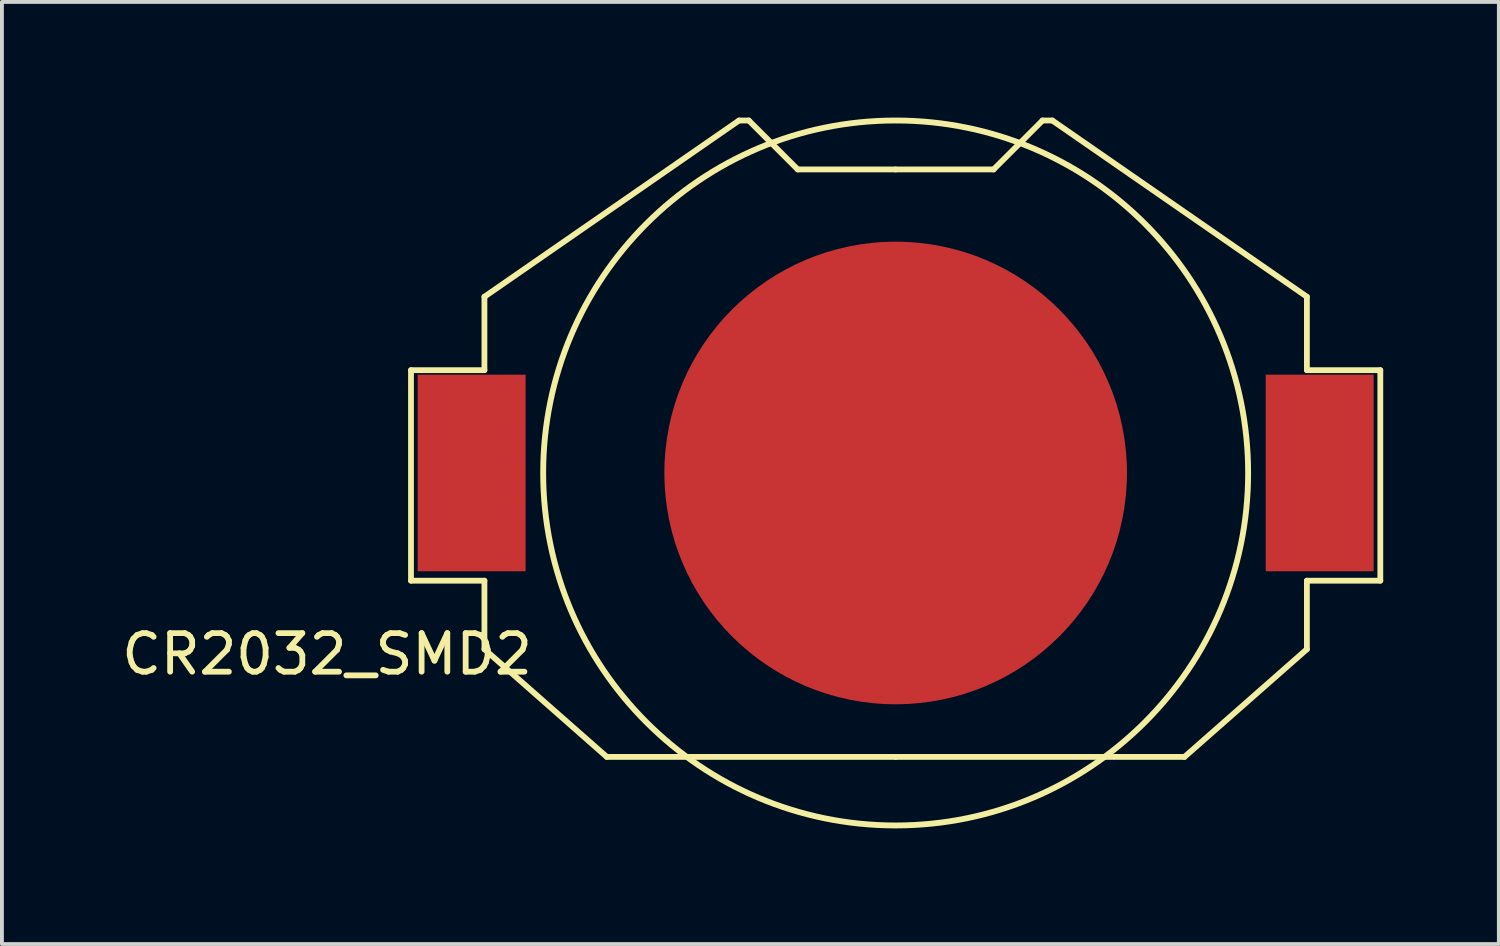
<source format=kicad_pcb>
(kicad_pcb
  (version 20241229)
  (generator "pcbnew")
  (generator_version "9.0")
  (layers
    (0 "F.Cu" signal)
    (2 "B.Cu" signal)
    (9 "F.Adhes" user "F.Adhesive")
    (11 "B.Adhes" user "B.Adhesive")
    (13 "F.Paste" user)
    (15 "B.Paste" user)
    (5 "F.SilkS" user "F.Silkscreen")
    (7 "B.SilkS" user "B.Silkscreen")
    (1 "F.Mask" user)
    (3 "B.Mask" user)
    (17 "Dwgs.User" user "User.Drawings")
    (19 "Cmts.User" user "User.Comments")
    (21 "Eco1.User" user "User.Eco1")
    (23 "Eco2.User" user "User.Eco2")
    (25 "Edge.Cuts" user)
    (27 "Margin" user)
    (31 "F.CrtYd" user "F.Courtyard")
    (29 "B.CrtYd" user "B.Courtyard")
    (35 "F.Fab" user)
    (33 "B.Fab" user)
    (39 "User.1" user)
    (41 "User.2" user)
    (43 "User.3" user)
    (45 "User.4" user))
  (footprint "CR2032_SMD2"
    (layer "F.Cu")
    (at 20.185 9.22)
    (property "Reference" "CR2032_SMD2" (at -14.75 4.7 0) (layer "F.SilkS") (effects (font (size 1 1) (thickness 0.15))))
    (attr smd)
    (fp_line (start -12.573 -2.667) (end -10.668 -2.667) (stroke (width 0.15) (type solid)) (layer "F.SilkS"))
    (fp_line (start -12.573 2.794) (end -12.573 -2.667) (stroke (width 0.15) (type solid)) (layer "F.SilkS"))
    (fp_line (start -10.668 -2.667) (end -10.668 -4.572) (stroke (width 0.15) (type solid)) (layer "F.SilkS"))
    (fp_line (start -10.668 2.794) (end -12.573 2.794) (stroke (width 0.15) (type solid)) (layer "F.SilkS"))
    (fp_line (start -10.668 4.572) (end -10.668 2.794) (stroke (width 0.15) (type solid)) (layer "F.SilkS"))
    (fp_line (start -7.493 7.366) (end -10.668 4.572) (stroke (width 0.15) (type solid)) (layer "F.SilkS"))
    (fp_line (start -4.064 -9.144) (end -10.668 -4.572) (stroke (width 0.15) (type solid)) (layer "F.SilkS"))
    (fp_line (start -3.81 -9.144) (end -4.064 -9.144) (stroke (width 0.15) (type solid)) (layer "F.SilkS"))
    (fp_line (start -3.81 -9.144) (end -2.54 -7.874) (stroke (width 0.15) (type solid)) (layer "F.SilkS"))
    (fp_line (start -2.54 -7.874) (end 0 -7.874) (stroke (width 0.15) (type solid)) (layer "F.SilkS"))
    (fp_line (start 0 -7.874) (end 2.54 -7.874) (stroke (width 0.15) (type solid)) (layer "F.SilkS"))
    (fp_line (start 0 7.366) (end -7.493 7.366) (stroke (width 0.15) (type solid)) (layer "F.SilkS"))
    (fp_line (start 0 7.366) (end 7.493 7.366) (stroke (width 0.15) (type solid)) (layer "F.SilkS"))
    (fp_line (start 2.54 -7.874) (end 3.81 -9.144) (stroke (width 0.15) (type solid)) (layer "F.SilkS"))
    (fp_line (start 3.81 -9.144) (end 4.064 -9.144) (stroke (width 0.15) (type solid)) (layer "F.SilkS"))
    (fp_line (start 4.064 -9.144) (end 10.668 -4.572) (stroke (width 0.15) (type solid)) (layer "F.SilkS"))
    (fp_line (start 7.493 7.366) (end 10.668 4.572) (stroke (width 0.15) (type solid)) (layer "F.SilkS"))
    (fp_line (start 10.668 -2.667) (end 10.668 -4.572) (stroke (width 0.15) (type solid)) (layer "F.SilkS"))
    (fp_line (start 10.668 2.794) (end 12.573 2.794) (stroke (width 0.15) (type solid)) (layer "F.SilkS"))
    (fp_line (start 10.668 4.572) (end 10.668 2.794) (stroke (width 0.15) (type solid)) (layer "F.SilkS"))
    (fp_line (start 12.573 -2.667) (end 10.668 -2.667) (stroke (width 0.15) (type solid)) (layer "F.SilkS"))
    (fp_line (start 12.573 2.794) (end 12.573 -2.667) (stroke (width 0.15) (type solid)) (layer "F.SilkS"))
    (fp_circle (center 0 0) (end 0 -9.144) (stroke (width 0.152) (type solid)) (fill no) (layer "F.SilkS"))
    (pad "1" smd rect (at -11 0) (size 2.8 5.1) (layers "F.Cu" "F.Mask" "F.Paste"))
    (pad "1" smd rect (at 11 0) (size 2.8 5.1) (layers "F.Cu" "F.Mask" "F.Paste"))
    (pad "2" smd circle (at 0 0) (size 12 12) (layers "F.Cu" "F.Mask" "F.Paste")))
  (gr_rect
    (start -3 -3)
    (end 35.833 21.44)
    (stroke (width 0.1) (type default))
    (fill no)
    (layer "Edge.Cuts")))
</source>
